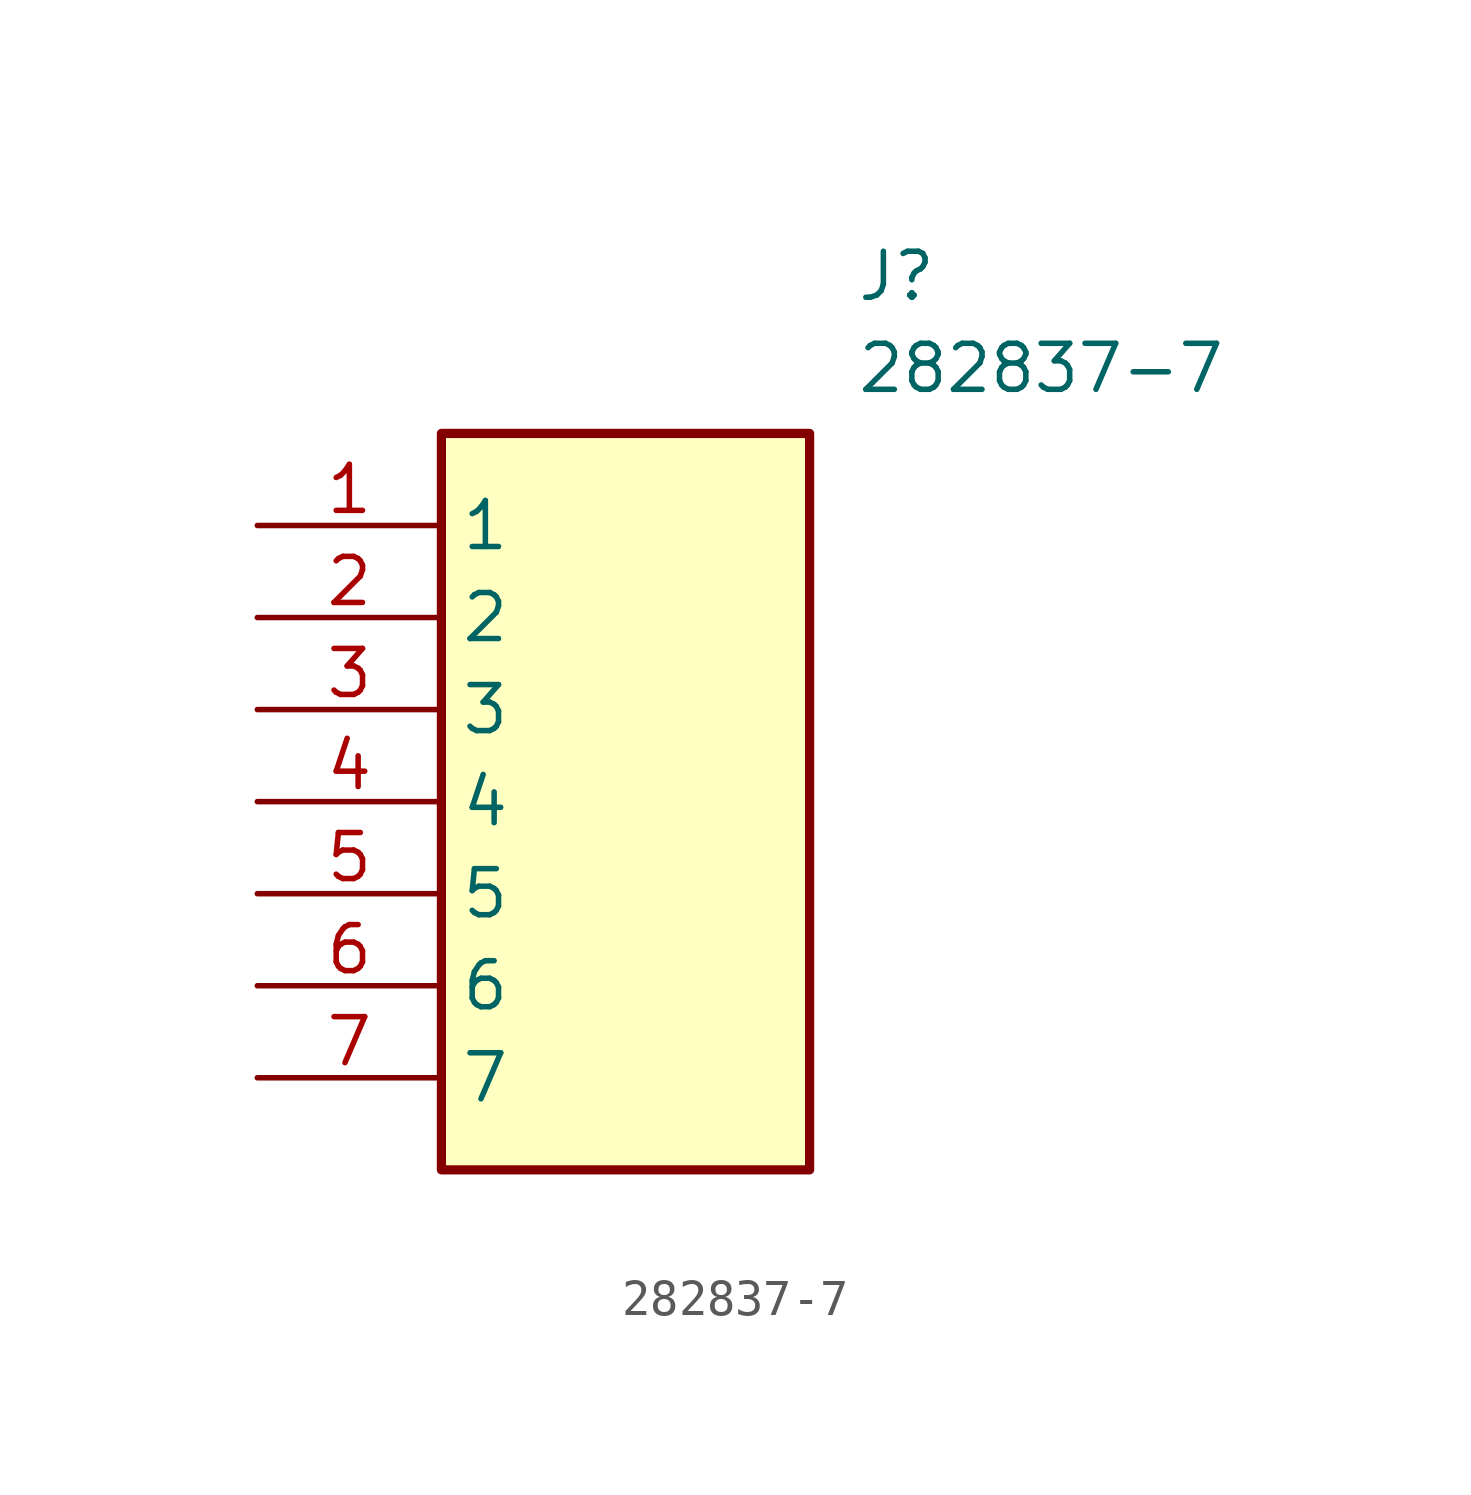
<source format=kicad_sym>
(kicad_symbol_lib
  (version 20211014)
  (generator SamacSys_ECAD_Model)
  (symbol "282837-7"
    (property "Reference" "J"
      (at 16.51 7.62 0)
      (effects (font (size 1.27 1.27)) (justify left top)))
    (property "Value" "282837-7"
      (at 16.51 5.08 0)
      (effects (font (size 1.27 1.27)) (justify left top)))
    (rectangle
      (start 5.08 2.54)
      (end 15.24 -17.78)
      (stroke (width 0.254) (type default))
      (fill (type background)))
    (pin passive line
      (at 0 0 0)
      (length 5.08)
      (name "1" (effects (font (size 1.27 1.27))))
      (number "1" (effects (font (size 1.27 1.27)))))
    (pin passive line
      (at 0 -2.54 0)
      (length 5.08)
      (name "2" (effects (font (size 1.27 1.27))))
      (number "2" (effects (font (size 1.27 1.27)))))
    (pin passive line
      (at 0 -5.08 0)
      (length 5.08)
      (name "3" (effects (font (size 1.27 1.27))))
      (number "3" (effects (font (size 1.27 1.27)))))
    (pin passive line
      (at 0 -7.62 0)
      (length 5.08)
      (name "4" (effects (font (size 1.27 1.27))))
      (number "4" (effects (font (size 1.27 1.27)))))
    (pin passive line
      (at 0 -10.16 0)
      (length 5.08)
      (name "5" (effects (font (size 1.27 1.27))))
      (number "5" (effects (font (size 1.27 1.27)))))
    (pin passive line
      (at 0 -12.7 0)
      (length 5.08)
      (name "6" (effects (font (size 1.27 1.27))))
      (number "6" (effects (font (size 1.27 1.27)))))
    (pin passive line
      (at 0 -15.24 0)
      (length 5.08)
      (name "7" (effects (font (size 1.27 1.27))))
      (number "7" (effects (font (size 1.27 1.27)))))))
</source>
